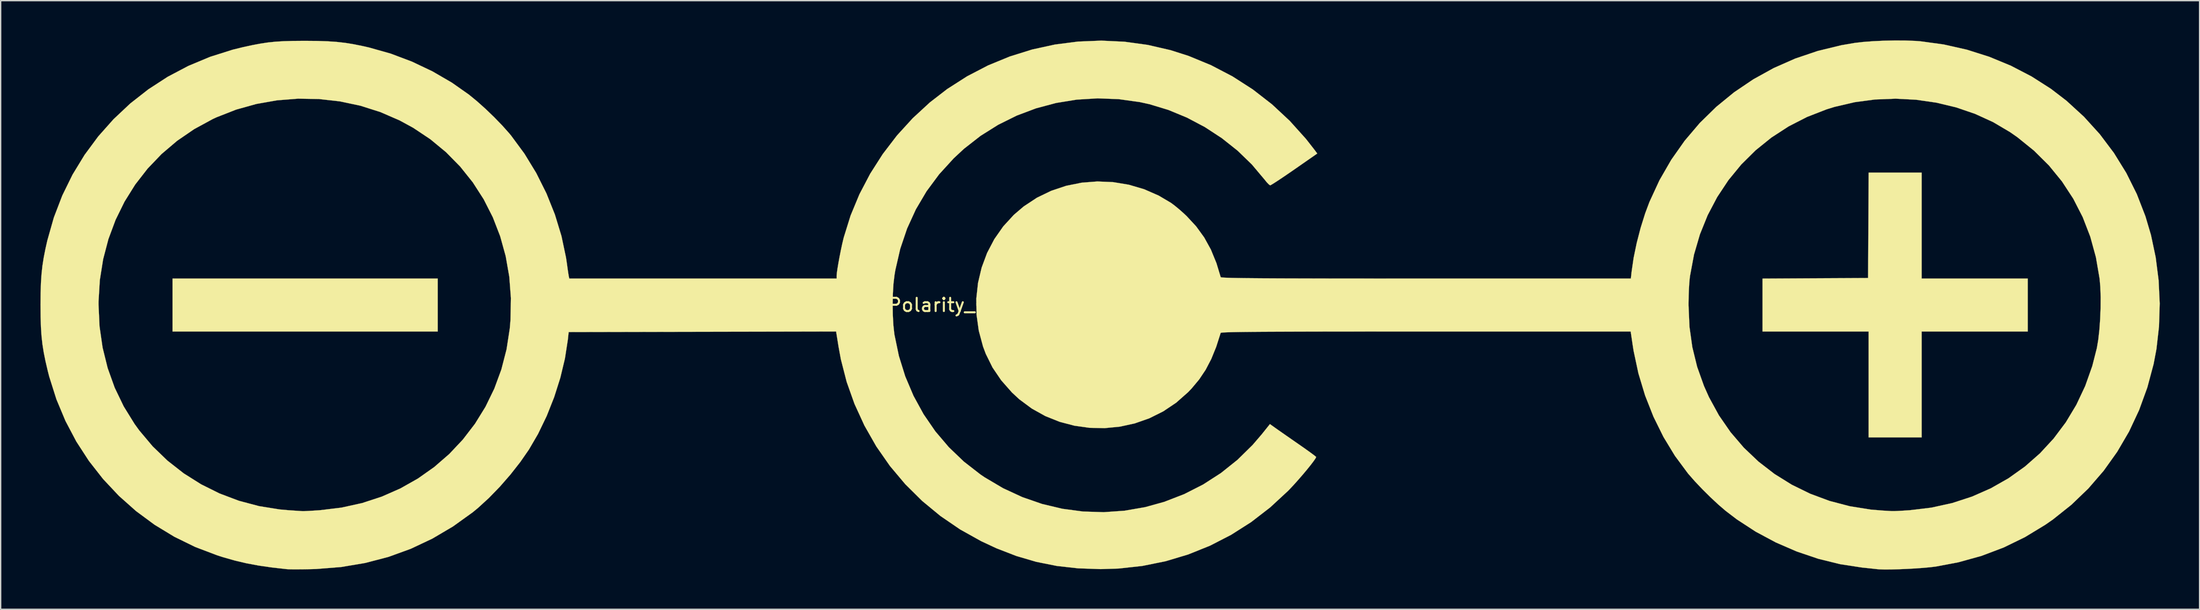
<source format=kicad_pcb>
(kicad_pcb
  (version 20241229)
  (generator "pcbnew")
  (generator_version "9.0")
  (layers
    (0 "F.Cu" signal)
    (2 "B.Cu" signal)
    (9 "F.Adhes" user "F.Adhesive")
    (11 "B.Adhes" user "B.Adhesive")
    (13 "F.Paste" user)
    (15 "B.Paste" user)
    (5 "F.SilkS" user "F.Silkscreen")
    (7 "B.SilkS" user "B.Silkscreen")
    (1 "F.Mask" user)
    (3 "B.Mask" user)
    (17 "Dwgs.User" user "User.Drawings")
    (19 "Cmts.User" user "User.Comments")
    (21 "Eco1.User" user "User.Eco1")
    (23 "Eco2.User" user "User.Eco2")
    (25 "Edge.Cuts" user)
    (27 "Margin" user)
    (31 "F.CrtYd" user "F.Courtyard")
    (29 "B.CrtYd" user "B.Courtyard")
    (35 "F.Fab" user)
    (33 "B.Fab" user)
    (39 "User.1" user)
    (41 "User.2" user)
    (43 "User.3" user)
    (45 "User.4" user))
  (footprint "Polarity_Center_Positive_40mm_SilkScreen"
    (layer "F.Cu")
    (at 79.825 19.976)
    (property "Reference" "Polarity_Center_Positive_40mm_SilkScreen" (at 0 0 0) (layer "F.SilkS") (effects (font (size 1 1) (thickness 0.15))))
    (attr exclude_from_pos_files exclude_from_bom)
    (fp_poly (pts (xy -49.884 1.999) (xy -69.871 1.999) (xy -69.871 -1.999) (xy -49.884 -1.999) (xy -49.884 1.999)) (stroke (width 0.01) (type solid)) (fill yes) (layer "F.SilkS"))
    (fp_poly (pts (xy 61.959 -1.999) (xy 69.954 -1.999) (xy 69.954 1.999) (xy 61.959 1.999) (xy 61.959 9.993) (xy 57.962 9.993) (xy 57.962 1.999) (xy 49.967 1.999) (xy 49.967 -1.997) (xy 53.944 -2.019) (xy 57.92 -2.04) (xy 57.942 -6.017) (xy 57.964 -9.993) (xy 61.959 -9.993) (xy 61.959 -1.999)) (stroke (width 0.01) (type solid)) (fill yes) (layer "F.SilkS"))
    (fp_poly (pts (xy 60.765 -19.966) (xy 61.488 -19.938) (xy 61.84 -19.912) (xy 63.617 -19.67) (xy 65.36 -19.277) (xy 67.055 -18.739) (xy 68.687 -18.063) (xy 70.242 -17.254) (xy 71.704 -16.319) (xy 72.869 -15.424) (xy 74.188 -14.215) (xy 75.383 -12.897) (xy 76.449 -11.479) (xy 77.381 -9.969) (xy 78.174 -8.374) (xy 78.822 -6.703) (xy 79.241 -5.288) (xy 79.597 -3.601) (xy 79.817 -1.867) (xy 79.9 -0.116) (xy 79.846 1.623) (xy 79.654 3.32) (xy 79.442 4.446) (xy 78.966 6.226) (xy 78.347 7.929) (xy 77.59 9.548) (xy 76.697 11.078) (xy 75.674 12.513) (xy 74.524 13.845) (xy 73.252 15.07) (xy 71.862 16.18) (xy 71.275 16.589) (xy 69.74 17.522) (xy 68.137 18.304) (xy 66.464 18.937) (xy 64.716 19.422) (xy 63.018 19.742) (xy 62.591 19.794) (xy 62.064 19.842) (xy 61.472 19.885) (xy 60.85 19.919) (xy 60.234 19.945) (xy 59.66 19.96) (xy 59.161 19.963) (xy 58.775 19.951) (xy 58.628 19.94) (xy 58.421 19.917) (xy 58.1 19.882) (xy 57.715 19.841) (xy 57.462 19.815) (xy 55.817 19.563) (xy 54.169 19.156) (xy 52.542 18.605) (xy 50.961 17.919) (xy 49.449 17.108) (xy 48.03 16.182) (xy 47.177 15.53) (xy 46.634 15.063) (xy 46.039 14.508) (xy 45.437 13.911) (xy 44.873 13.316) (xy 44.393 12.769) (xy 44.336 12.7) (xy 43.364 11.386) (xy 42.497 9.956) (xy 41.744 8.429) (xy 41.112 6.825) (xy 40.611 5.163) (xy 40.248 3.463) (xy 40.178 3.019) (xy 40.028 1.999) (xy 24.592 1.999) (xy 22.641 1.999) (xy 20.851 2) (xy 19.215 2.001) (xy 17.728 2.002) (xy 16.384 2.004) (xy 15.175 2.007) (xy 14.098 2.011) (xy 13.144 2.015) (xy 12.309 2.019) (xy 11.587 2.025) (xy 10.97 2.031) (xy 10.454 2.038) (xy 10.032 2.046) (xy 9.699 2.055) (xy 9.447 2.065) (xy 9.272 2.076) (xy 9.167 2.088) (xy 9.126 2.101) (xy 9.126 2.103) (xy 8.79 3.155) (xy 8.418 4.072) (xy 7.995 4.884) (xy 7.504 5.619) (xy 6.927 6.309) (xy 6.666 6.582) (xy 5.77 7.373) (xy 4.794 8.028) (xy 3.752 8.548) (xy 2.66 8.932) (xy 1.533 9.18) (xy 0.387 9.292) (xy -0.765 9.268) (xy -1.905 9.108) (xy -3.02 8.813) (xy -4.094 8.381) (xy -5.111 7.814) (xy -6.057 7.111) (xy -6.606 6.601) (xy -7.414 5.684) (xy -8.069 4.717) (xy -8.578 3.686) (xy -8.786 3.13) (xy -9.108 1.928) (xy -9.275 0.716) (xy -9.284 0.029) (xy 44.388 0.029) (xy 44.458 1.64) (xy 44.673 3.178) (xy 45.036 4.662) (xy 45.551 6.108) (xy 45.928 6.954) (xy 46.679 8.329) (xy 47.558 9.602) (xy 48.555 10.768) (xy 49.661 11.82) (xy 50.869 12.754) (xy 52.169 13.564) (xy 53.553 14.243) (xy 55.011 14.786) (xy 56.535 15.187) (xy 58.116 15.441) (xy 59.045 15.517) (xy 59.345 15.534) (xy 59.607 15.55) (xy 59.711 15.557) (xy 59.869 15.557) (xy 60.156 15.545) (xy 60.533 15.524) (xy 60.962 15.496) (xy 61.058 15.49) (xy 62.692 15.293) (xy 64.261 14.948) (xy 65.757 14.459) (xy 67.173 13.834) (xy 68.503 13.077) (xy 69.739 12.195) (xy 70.876 11.194) (xy 71.905 10.079) (xy 72.821 8.857) (xy 73.616 7.533) (xy 74.284 6.113) (xy 74.818 4.603) (xy 75.163 3.248) (xy 75.268 2.623) (xy 75.352 1.879) (xy 75.411 1.062) (xy 75.444 0.22) (xy 75.449 -0.602) (xy 75.424 -1.358) (xy 75.371 -1.976) (xy 75.092 -3.607) (xy 74.666 -5.162) (xy 74.096 -6.637) (xy 73.384 -8.028) (xy 72.533 -9.331) (xy 71.546 -10.541) (xy 70.425 -11.654) (xy 69.174 -12.667) (xy 68.622 -13.052) (xy 67.348 -13.806) (xy 65.985 -14.43) (xy 64.551 -14.921) (xy 63.062 -15.277) (xy 61.536 -15.497) (xy 59.991 -15.577) (xy 58.442 -15.516) (xy 56.908 -15.311) (xy 55.405 -14.961) (xy 54.797 -14.774) (xy 53.318 -14.197) (xy 51.928 -13.484) (xy 50.634 -12.643) (xy 49.443 -11.681) (xy 48.361 -10.607) (xy 47.394 -9.427) (xy 46.548 -8.149) (xy 45.83 -6.782) (xy 45.245 -5.333) (xy 44.801 -3.811) (xy 44.504 -2.221) (xy 44.475 -2.001) (xy 44.444 -1.659) (xy 44.417 -1.202) (xy 44.398 -0.681) (xy 44.388 -0.15) (xy 44.388 0.029) (xy -9.284 0.029) (xy -9.291 -0.49) (xy -9.161 -1.676) (xy -8.889 -2.828) (xy -8.479 -3.932) (xy -7.935 -4.973) (xy -7.261 -5.937) (xy -6.461 -6.81) (xy -5.721 -7.442) (xy -4.72 -8.103) (xy -3.648 -8.622) (xy -2.521 -9) (xy -1.356 -9.235) (xy -0.169 -9.328) (xy 1.022 -9.277) (xy 2.201 -9.082) (xy 3.351 -8.744) (xy 4.455 -8.261) (xy 5.371 -7.719) (xy 5.646 -7.515) (xy 5.987 -7.235) (xy 6.341 -6.921) (xy 6.558 -6.717) (xy 7.278 -5.938) (xy 7.883 -5.103) (xy 8.388 -4.187) (xy 8.807 -3.163) (xy 9.128 -2.103) (xy 9.161 -2.09) (xy 9.258 -2.078) (xy 9.424 -2.067) (xy 9.666 -2.057) (xy 9.989 -2.047) (xy 10.4 -2.039) (xy 10.904 -2.032) (xy 11.507 -2.026) (xy 12.217 -2.02) (xy 13.037 -2.015) (xy 13.976 -2.011) (xy 15.038 -2.008) (xy 16.23 -2.005) (xy 17.557 -2.002) (xy 19.026 -2.001) (xy 20.643 -2) (xy 22.414 -1.999) (xy 24.344 -1.999) (xy 24.598 -1.999) (xy 40.041 -1.999) (xy 40.098 -2.519) (xy 40.25 -3.564) (xy 40.482 -4.685) (xy 40.776 -5.822) (xy 41.118 -6.916) (xy 41.44 -7.779) (xy 42.197 -9.42) (xy 43.086 -10.964) (xy 44.1 -12.406) (xy 45.233 -13.74) (xy 46.477 -14.96) (xy 47.826 -16.063) (xy 49.273 -17.041) (xy 50.81 -17.891) (xy 52.431 -18.606) (xy 54.129 -19.181) (xy 55.898 -19.611) (xy 56.91 -19.785) (xy 57.548 -19.86) (xy 58.302 -19.916) (xy 59.122 -19.954) (xy 59.96 -19.971) (xy 60.765 -19.966)) (stroke (width 0.01) (type solid)) (fill yes) (layer "F.SilkS"))
    (fp_poly (pts (xy 1.883 -19.876) (xy 3.626 -19.637) (xy 5.346 -19.24) (xy 6.704 -18.806) (xy 8.399 -18.105) (xy 10.017 -17.259) (xy 11.549 -16.273) (xy 12.989 -15.154) (xy 14.327 -13.907) (xy 15.556 -12.538) (xy 16.183 -11.735) (xy 16.405 -11.437) (xy 14.68 -10.236) (xy 14.205 -9.908) (xy 13.772 -9.614) (xy 13.402 -9.368) (xy 13.112 -9.181) (xy 12.923 -9.066) (xy 12.858 -9.036) (xy 12.762 -9.098) (xy 12.604 -9.261) (xy 12.422 -9.485) (xy 11.476 -10.611) (xy 10.4 -11.653) (xy 9.213 -12.597) (xy 7.935 -13.433) (xy 6.588 -14.146) (xy 5.189 -14.726) (xy 3.76 -15.16) (xy 3.031 -15.32) (xy 1.437 -15.542) (xy -0.152 -15.602) (xy -1.727 -15.505) (xy -3.274 -15.254) (xy -4.784 -14.851) (xy -6.244 -14.301) (xy -7.643 -13.607) (xy -8.97 -12.773) (xy -10.214 -11.801) (xy -10.994 -11.076) (xy -12.092 -9.871) (xy -13.043 -8.586) (xy -13.849 -7.22) (xy -14.509 -5.774) (xy -15.024 -4.247) (xy -15.394 -2.639) (xy -15.459 -2.248) (xy -15.535 -1.607) (xy -15.58 -0.856) (xy -15.597 -0.049) (xy -15.584 0.761) (xy -15.542 1.519) (xy -15.471 2.173) (xy -15.461 2.237) (xy -15.127 3.845) (xy -14.647 5.386) (xy -14.025 6.854) (xy -13.267 8.24) (xy -12.379 9.535) (xy -11.364 10.73) (xy -10.23 11.818) (xy -8.981 12.79) (xy -8.661 13.007) (xy -7.272 13.829) (xy -5.825 14.499) (xy -4.332 15.017) (xy -2.805 15.38) (xy -1.253 15.587) (xy 0.311 15.637) (xy 1.877 15.527) (xy 3.433 15.257) (xy 4.867 14.859) (xy 6.375 14.275) (xy 7.805 13.547) (xy 9.147 12.681) (xy 10.393 11.684) (xy 11.533 10.562) (xy 12.219 9.761) (xy 12.838 8.988) (xy 13.227 9.266) (xy 13.419 9.402) (xy 13.719 9.612) (xy 14.097 9.876) (xy 14.524 10.173) (xy 14.969 10.483) (xy 15.384 10.772) (xy 15.747 11.031) (xy 16.038 11.243) (xy 16.236 11.394) (xy 16.321 11.469) (xy 16.323 11.472) (xy 16.269 11.585) (xy 16.122 11.798) (xy 15.9 12.089) (xy 15.622 12.434) (xy 15.306 12.811) (xy 14.971 13.197) (xy 14.637 13.571) (xy 14.321 13.908) (xy 14.203 14.03) (xy 12.853 15.279) (xy 11.419 16.387) (xy 9.908 17.349) (xy 8.326 18.164) (xy 6.68 18.828) (xy 4.975 19.34) (xy 3.219 19.695) (xy 1.417 19.893) (xy 0.083 19.935) (xy -1.614 19.876) (xy -3.22 19.696) (xy -4.764 19.388) (xy -6.275 18.944) (xy -7.784 18.359) (xy -8.931 17.822) (xy -10.511 16.94) (xy -11.996 15.924) (xy -13.378 14.782) (xy -14.649 13.52) (xy -15.803 12.147) (xy -16.83 10.671) (xy -17.724 9.099) (xy -18.473 7.464) (xy -19.062 5.804) (xy -19.499 4.1) (xy -19.672 3.16) (xy -19.859 1.998) (xy -29.937 2.019) (xy -40.015 2.04) (xy -40.078 2.623) (xy -40.296 4.035) (xy -40.644 5.491) (xy -41.107 6.952) (xy -41.672 8.378) (xy -42.324 9.731) (xy -43.011 10.91) (xy -43.658 11.845) (xy -44.399 12.791) (xy -45.2 13.711) (xy -46.029 14.566) (xy -46.851 15.319) (xy -47.243 15.642) (xy -48.735 16.715) (xy -50.292 17.634) (xy -51.914 18.4) (xy -53.599 19.013) (xy -55.348 19.471) (xy -57.16 19.776) (xy -59.036 19.926) (xy -59.419 19.938) (xy -59.928 19.947) (xy -60.402 19.951) (xy -60.807 19.951) (xy -61.108 19.946) (xy -61.251 19.938) (xy -62.381 19.811) (xy -63.385 19.666) (xy -64.307 19.493) (xy -65.188 19.285) (xy -66.069 19.033) (xy -66.498 18.896) (xy -68.157 18.266) (xy -69.735 17.493) (xy -71.225 16.587) (xy -72.621 15.554) (xy -73.916 14.402) (xy -75.102 13.138) (xy -76.172 11.77) (xy -77.121 10.306) (xy -77.94 8.752) (xy -78.623 7.118) (xy -79.163 5.409) (xy -79.273 4.979) (xy -79.445 4.243) (xy -79.578 3.582) (xy -79.677 2.956) (xy -79.746 2.325) (xy -79.79 1.649) (xy -79.813 0.887) (xy -79.82 0) (xy -79.82 -0.042) (xy -75.45 -0.042) (xy -75.373 1.613) (xy -75.142 3.216) (xy -74.76 4.761) (xy -74.23 6.242) (xy -73.552 7.651) (xy -72.73 8.981) (xy -72.379 9.466) (xy -71.372 10.665) (xy -70.252 11.747) (xy -69.03 12.705) (xy -67.718 13.533) (xy -66.327 14.225) (xy -64.868 14.777) (xy -63.352 15.18) (xy -61.789 15.431) (xy -61.168 15.486) (xy -60.779 15.513) (xy -60.438 15.536) (xy -60.189 15.553) (xy -60.086 15.56) (xy -59.944 15.559) (xy -59.672 15.546) (xy -59.306 15.525) (xy -58.881 15.497) (xy -58.758 15.488) (xy -57.139 15.292) (xy -55.584 14.949) (xy -54.1 14.463) (xy -52.694 13.843) (xy -51.373 13.095) (xy -50.145 12.227) (xy -49.014 11.244) (xy -47.99 10.155) (xy -47.078 8.966) (xy -46.286 7.683) (xy -45.621 6.315) (xy -45.089 4.868) (xy -44.697 3.348) (xy -44.453 1.763) (xy -44.399 1.124) (xy -44.368 -0.525) (xy -44.49 -2.133) (xy -44.762 -3.691) (xy -45.177 -5.192) (xy -45.732 -6.626) (xy -46.422 -7.986) (xy -47.243 -9.264) (xy -48.19 -10.45) (xy -49.257 -11.537) (xy -50.442 -12.517) (xy -51.739 -13.382) (xy -52.759 -13.938) (xy -54.208 -14.567) (xy -55.714 -15.046) (xy -57.261 -15.374) (xy -58.834 -15.551) (xy -60.417 -15.578) (xy -61.996 -15.453) (xy -63.554 -15.178) (xy -65.078 -14.752) (xy -66.551 -14.174) (xy -66.854 -14.033) (xy -68.242 -13.277) (xy -69.524 -12.398) (xy -70.695 -11.402) (xy -71.75 -10.299) (xy -72.683 -9.097) (xy -73.49 -7.804) (xy -74.165 -6.427) (xy -74.704 -4.977) (xy -75.101 -3.459) (xy -75.351 -1.884) (xy -75.449 -0.259) (xy -75.45 -0.042) (xy -79.82 -0.042) (xy -79.813 -0.886) (xy -79.79 -1.647) (xy -79.746 -2.323) (xy -79.678 -2.955) (xy -79.58 -3.582) (xy -79.449 -4.247) (xy -79.308 -4.872) (xy -78.817 -6.606) (xy -78.181 -8.266) (xy -77.407 -9.845) (xy -76.5 -11.335) (xy -75.469 -12.731) (xy -74.32 -14.025) (xy -73.06 -15.211) (xy -71.696 -16.281) (xy -70.235 -17.23) (xy -68.683 -18.049) (xy -67.047 -18.734) (xy -65.335 -19.276) (xy -64.541 -19.471) (xy -63.857 -19.619) (xy -63.251 -19.734) (xy -62.685 -19.819) (xy -62.118 -19.878) (xy -61.511 -19.916) (xy -60.826 -19.936) (xy -60.021 -19.943) (xy -59.836 -19.943) (xy -58.944 -19.935) (xy -58.176 -19.909) (xy -57.492 -19.862) (xy -56.849 -19.789) (xy -56.206 -19.684) (xy -55.521 -19.545) (xy -55.052 -19.438) (xy -53.426 -18.978) (xy -51.825 -18.373) (xy -50.278 -17.637) (xy -48.814 -16.785) (xy -47.54 -15.889) (xy -46.934 -15.393) (xy -46.281 -14.808) (xy -45.626 -14.177) (xy -45.011 -13.541) (xy -44.479 -12.943) (xy -44.348 -12.783) (xy -43.347 -11.423) (xy -42.457 -9.962) (xy -41.689 -8.423) (xy -41.052 -6.831) (xy -40.558 -5.208) (xy -40.214 -3.577) (xy -40.141 -3.081) (xy -40.094 -2.732) (xy -40.049 -2.428) (xy -40.016 -2.221) (xy -40.009 -2.186) (xy -39.971 -1.999) (xy -19.82 -1.999) (xy -19.82 -2.196) (xy -19.803 -2.411) (xy -19.755 -2.752) (xy -19.683 -3.18) (xy -19.595 -3.66) (xy -19.497 -4.155) (xy -19.396 -4.626) (xy -19.298 -5.039) (xy -19.279 -5.112) (xy -18.767 -6.757) (xy -18.101 -8.363) (xy -17.289 -9.914) (xy -16.343 -11.397) (xy -15.272 -12.798) (xy -14.085 -14.101) (xy -12.794 -15.293) (xy -11.488 -16.304) (xy -9.981 -17.269) (xy -8.404 -18.089) (xy -6.768 -18.762) (xy -5.086 -19.288) (xy -3.367 -19.664) (xy -1.626 -19.888) (xy 0.128 -19.959) (xy 1.883 -19.876)) (stroke (width 0.01) (type solid)) (fill yes) (layer "F.SilkS")))
  (gr_rect
    (start -3 -3)
    (end 162.73 42.943)
    (stroke (width 0.1) (type default))
    (fill no)
    (layer "Edge.Cuts")))
</source>
